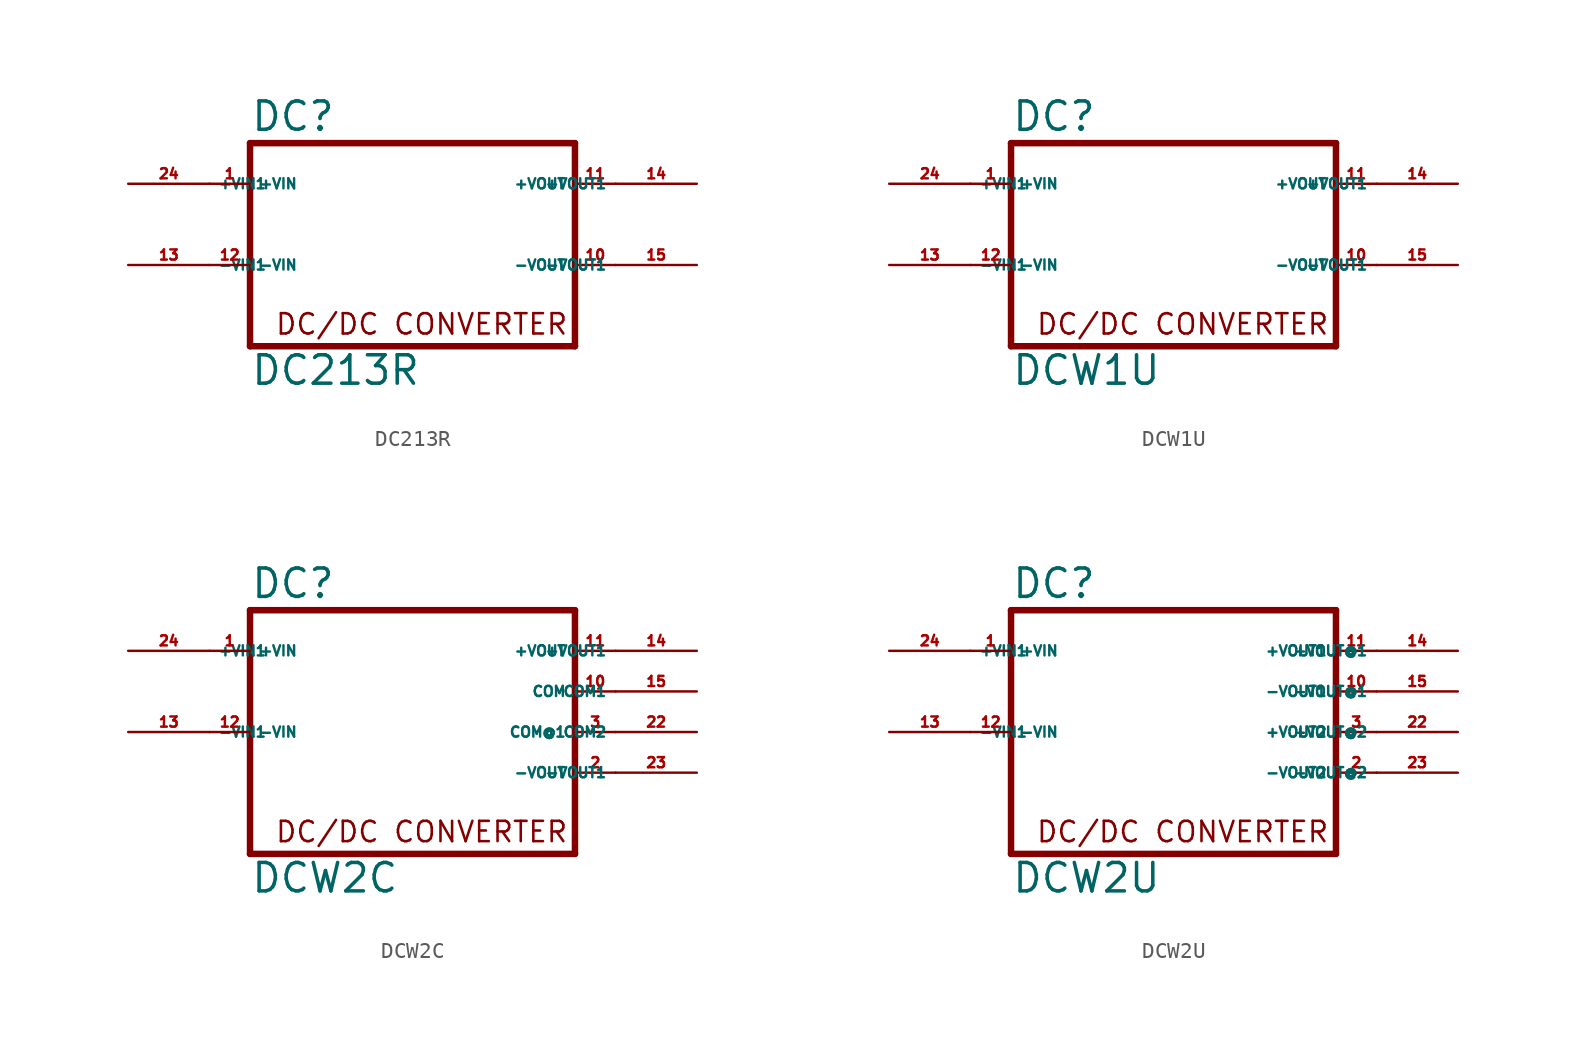
<source format=kicad_sym>
(kicad_symbol_lib
  (version 20220914)
  (generator Eagle2Kicad)
  (symbol "DC213R"
    (property "Reference" "DC"
      (at -10.16 5.715 0)
      (effects (font (size 1.778 1.778) (thickness 0.22)) (justify left bottom)))
    (property "Value" "DC213R"
      (at -10.16 -10.16 0)
      (effects (font (size 1.778 1.778) (thickness 0.22)) (justify left bottom)))
    (polyline
      (pts (xy -10.16 5.08) (xy 10.16 5.08))
      (stroke (width 0.406) (type default))
      (fill (type none)))
    (polyline
      (pts (xy 10.16 5.08) (xy 10.16 -7.62))
      (stroke (width 0.406) (type default))
      (fill (type none)))
    (polyline
      (pts (xy 10.16 -7.62) (xy -10.16 -7.62))
      (stroke (width 0.406) (type default))
      (fill (type none)))
    (polyline
      (pts (xy -10.16 -7.62) (xy -10.16 5.08))
      (stroke (width 0.406) (type default))
      (fill (type none)))
    (text "DC/DC CONVERTER"
      (at -8.636 -6.985 0)
      (effects (font (size 1.27 1.27) (thickness 0.16)) (justify left bottom)))
    (pin passive line
      (at -12.7 2.54 0)
      (length 2.54)
      (name "+VIN" (effects (font (size 0.635 0.635) (thickness 0.08)) (justify left bottom)))
      (number "1" (effects (font (size 0.635 0.635) (thickness 0.08)) (justify left bottom))))
    (pin passive line
      (at -12.7 -2.54 0)
      (length 2.54)
      (name "-VIN" (effects (font (size 0.635 0.635) (thickness 0.08)) (justify left bottom)))
      (number "12" (effects (font (size 0.635 0.635) (thickness 0.08)) (justify left bottom))))
    (pin passive line
      (at 12.7 2.54 180)
      (length 2.54)
      (name "+VOUT" (effects (font (size 0.635 0.635) (thickness 0.08)) (justify left bottom)))
      (number "11" (effects (font (size 0.635 0.635) (thickness 0.08)) (justify left bottom))))
    (pin passive line
      (at 12.7 -2.54 180)
      (length 2.54)
      (name "-VOUT" (effects (font (size 0.635 0.635) (thickness 0.08)) (justify left bottom)))
      (number "10" (effects (font (size 0.635 0.635) (thickness 0.08)) (justify left bottom))))
    (pin passive line
      (at 17.78 2.54 180)
      (length 5.08)
      (name "+VOUT1" (effects (font (size 0.635 0.635) (thickness 0.08)) (justify left bottom)))
      (number "14" (effects (font (size 0.635 0.635) (thickness 0.08)) (justify left bottom))))
    (pin passive line
      (at 17.78 -2.54 180)
      (length 5.08)
      (name "-VOUT1" (effects (font (size 0.635 0.635) (thickness 0.08)) (justify left bottom)))
      (number "15" (effects (font (size 0.635 0.635) (thickness 0.08)) (justify left bottom))))
    (pin passive line
      (at -17.78 -2.54 0)
      (length 5.08)
      (name "-VIN1" (effects (font (size 0.635 0.635) (thickness 0.08)) (justify left bottom)))
      (number "13" (effects (font (size 0.635 0.635) (thickness 0.08)) (justify left bottom))))
    (pin passive line
      (at -17.78 2.54 0)
      (length 5.08)
      (name "+VIN1" (effects (font (size 0.635 0.635) (thickness 0.08)) (justify left bottom)))
      (number "24" (effects (font (size 0.635 0.635) (thickness 0.08)) (justify left bottom)))))
  (symbol "DCW1U"
    (property "Reference" "DC"
      (at -10.16 5.715 0)
      (effects (font (size 1.778 1.778) (thickness 0.22)) (justify left bottom)))
    (property "Value" "DCW1U"
      (at -10.16 -10.16 0)
      (effects (font (size 1.778 1.778) (thickness 0.22)) (justify left bottom)))
    (polyline
      (pts (xy -10.16 5.08) (xy 10.16 5.08))
      (stroke (width 0.406) (type default))
      (fill (type none)))
    (polyline
      (pts (xy 10.16 5.08) (xy 10.16 -7.62))
      (stroke (width 0.406) (type default))
      (fill (type none)))
    (polyline
      (pts (xy 10.16 -7.62) (xy -10.16 -7.62))
      (stroke (width 0.406) (type default))
      (fill (type none)))
    (polyline
      (pts (xy -10.16 -7.62) (xy -10.16 5.08))
      (stroke (width 0.406) (type default))
      (fill (type none)))
    (text "DC/DC CONVERTER"
      (at -8.636 -6.985 0)
      (effects (font (size 1.27 1.27) (thickness 0.16)) (justify left bottom)))
    (pin passive line
      (at -12.7 2.54 0)
      (length 2.54)
      (name "+VIN" (effects (font (size 0.635 0.635) (thickness 0.08)) (justify left bottom)))
      (number "1" (effects (font (size 0.635 0.635) (thickness 0.08)) (justify left bottom))))
    (pin passive line
      (at -12.7 -2.54 0)
      (length 2.54)
      (name "-VIN" (effects (font (size 0.635 0.635) (thickness 0.08)) (justify left bottom)))
      (number "12" (effects (font (size 0.635 0.635) (thickness 0.08)) (justify left bottom))))
    (pin passive line
      (at 12.7 2.54 180)
      (length 2.54)
      (name "+VOUT" (effects (font (size 0.635 0.635) (thickness 0.08)) (justify left bottom)))
      (number "11" (effects (font (size 0.635 0.635) (thickness 0.08)) (justify left bottom))))
    (pin passive line
      (at 12.7 -2.54 180)
      (length 2.54)
      (name "-VOUT" (effects (font (size 0.635 0.635) (thickness 0.08)) (justify left bottom)))
      (number "10" (effects (font (size 0.635 0.635) (thickness 0.08)) (justify left bottom))))
    (pin passive line
      (at 17.78 2.54 180)
      (length 5.08)
      (name "+VOUT1" (effects (font (size 0.635 0.635) (thickness 0.08)) (justify left bottom)))
      (number "14" (effects (font (size 0.635 0.635) (thickness 0.08)) (justify left bottom))))
    (pin passive line
      (at 17.78 -2.54 180)
      (length 5.08)
      (name "-VOUT1" (effects (font (size 0.635 0.635) (thickness 0.08)) (justify left bottom)))
      (number "15" (effects (font (size 0.635 0.635) (thickness 0.08)) (justify left bottom))))
    (pin passive line
      (at -17.78 -2.54 0)
      (length 5.08)
      (name "-VIN1" (effects (font (size 0.635 0.635) (thickness 0.08)) (justify left bottom)))
      (number "13" (effects (font (size 0.635 0.635) (thickness 0.08)) (justify left bottom))))
    (pin passive line
      (at -17.78 2.54 0)
      (length 5.08)
      (name "+VIN1" (effects (font (size 0.635 0.635) (thickness 0.08)) (justify left bottom)))
      (number "24" (effects (font (size 0.635 0.635) (thickness 0.08)) (justify left bottom)))))
  (symbol "DCW2C"
    (property "Reference" "DC"
      (at -10.16 5.715 0)
      (effects (font (size 1.778 1.778) (thickness 0.22)) (justify left bottom)))
    (property "Value" "DCW2C"
      (at -10.16 -12.7 0)
      (effects (font (size 1.778 1.778) (thickness 0.22)) (justify left bottom)))
    (polyline
      (pts (xy -10.16 5.08) (xy 10.16 5.08))
      (stroke (width 0.406) (type default))
      (fill (type none)))
    (polyline
      (pts (xy 10.16 5.08) (xy 10.16 -10.16))
      (stroke (width 0.406) (type default))
      (fill (type none)))
    (polyline
      (pts (xy 10.16 -10.16) (xy -10.16 -10.16))
      (stroke (width 0.406) (type default))
      (fill (type none)))
    (polyline
      (pts (xy -10.16 -10.16) (xy -10.16 5.08))
      (stroke (width 0.406) (type default))
      (fill (type none)))
    (text "DC/DC CONVERTER"
      (at -8.636 -9.525 0)
      (effects (font (size 1.27 1.27) (thickness 0.16)) (justify left bottom)))
    (pin passive line
      (at -12.7 2.54 0)
      (length 2.54)
      (name "+VIN" (effects (font (size 0.635 0.635) (thickness 0.08)) (justify left bottom)))
      (number "1" (effects (font (size 0.635 0.635) (thickness 0.08)) (justify left bottom))))
    (pin passive line
      (at -12.7 -2.54 0)
      (length 2.54)
      (name "-VIN" (effects (font (size 0.635 0.635) (thickness 0.08)) (justify left bottom)))
      (number "12" (effects (font (size 0.635 0.635) (thickness 0.08)) (justify left bottom))))
    (pin passive line
      (at 12.7 2.54 180)
      (length 2.54)
      (name "+VOUT" (effects (font (size 0.635 0.635) (thickness 0.08)) (justify left bottom)))
      (number "11" (effects (font (size 0.635 0.635) (thickness 0.08)) (justify left bottom))))
    (pin passive line
      (at 12.7 -5.08 180)
      (length 2.54)
      (name "-VOUT" (effects (font (size 0.635 0.635) (thickness 0.08)) (justify left bottom)))
      (number "2" (effects (font (size 0.635 0.635) (thickness 0.08)) (justify left bottom))))
    (pin passive line
      (at 17.78 2.54 180)
      (length 5.08)
      (name "+VOUT1" (effects (font (size 0.635 0.635) (thickness 0.08)) (justify left bottom)))
      (number "14" (effects (font (size 0.635 0.635) (thickness 0.08)) (justify left bottom))))
    (pin passive line
      (at 17.78 -5.08 180)
      (length 5.08)
      (name "-VOUT1" (effects (font (size 0.635 0.635) (thickness 0.08)) (justify left bottom)))
      (number "23" (effects (font (size 0.635 0.635) (thickness 0.08)) (justify left bottom))))
    (pin passive line
      (at -17.78 -2.54 0)
      (length 5.08)
      (name "-VIN1" (effects (font (size 0.635 0.635) (thickness 0.08)) (justify left bottom)))
      (number "13" (effects (font (size 0.635 0.635) (thickness 0.08)) (justify left bottom))))
    (pin passive line
      (at -17.78 2.54 0)
      (length 5.08)
      (name "+VIN1" (effects (font (size 0.635 0.635) (thickness 0.08)) (justify left bottom)))
      (number "24" (effects (font (size 0.635 0.635) (thickness 0.08)) (justify left bottom))))
    (pin passive line
      (at 12.7 0 180)
      (length 2.54)
      (name "COM" (effects (font (size 0.635 0.635) (thickness 0.08)) (justify left bottom)))
      (number "10" (effects (font (size 0.635 0.635) (thickness 0.08)) (justify left bottom))))
    (pin passive line
      (at 17.78 0 180)
      (length 5.08)
      (name "COM1" (effects (font (size 0.635 0.635) (thickness 0.08)) (justify left bottom)))
      (number "15" (effects (font (size 0.635 0.635) (thickness 0.08)) (justify left bottom))))
    (pin passive line
      (at 12.7 -2.54 180)
      (length 2.54)
      (name "COM@1" (effects (font (size 0.635 0.635) (thickness 0.08)) (justify left bottom)))
      (number "3" (effects (font (size 0.635 0.635) (thickness 0.08)) (justify left bottom))))
    (pin passive line
      (at 17.78 -2.54 180)
      (length 5.08)
      (name "COM2" (effects (font (size 0.635 0.635) (thickness 0.08)) (justify left bottom)))
      (number "22" (effects (font (size 0.635 0.635) (thickness 0.08)) (justify left bottom)))))
  (symbol "DCW2U"
    (property "Reference" "DC"
      (at -10.16 5.715 0)
      (effects (font (size 1.778 1.778) (thickness 0.22)) (justify left bottom)))
    (property "Value" "DCW2U"
      (at -10.16 -12.7 0)
      (effects (font (size 1.778 1.778) (thickness 0.22)) (justify left bottom)))
    (polyline
      (pts (xy -10.16 5.08) (xy 10.16 5.08))
      (stroke (width 0.406) (type default))
      (fill (type none)))
    (polyline
      (pts (xy 10.16 5.08) (xy 10.16 -10.16))
      (stroke (width 0.406) (type default))
      (fill (type none)))
    (polyline
      (pts (xy 10.16 -10.16) (xy -10.16 -10.16))
      (stroke (width 0.406) (type default))
      (fill (type none)))
    (polyline
      (pts (xy -10.16 -10.16) (xy -10.16 5.08))
      (stroke (width 0.406) (type default))
      (fill (type none)))
    (text "DC/DC CONVERTER"
      (at -8.636 -9.525 0)
      (effects (font (size 1.27 1.27) (thickness 0.16)) (justify left bottom)))
    (pin passive line
      (at -12.7 2.54 0)
      (length 2.54)
      (name "+VIN" (effects (font (size 0.635 0.635) (thickness 0.08)) (justify left bottom)))
      (number "1" (effects (font (size 0.635 0.635) (thickness 0.08)) (justify left bottom))))
    (pin passive line
      (at -12.7 -2.54 0)
      (length 2.54)
      (name "-VIN" (effects (font (size 0.635 0.635) (thickness 0.08)) (justify left bottom)))
      (number "12" (effects (font (size 0.635 0.635) (thickness 0.08)) (justify left bottom))))
    (pin passive line
      (at 12.7 2.54 180)
      (length 2.54)
      (name "+VOUT1" (effects (font (size 0.635 0.635) (thickness 0.08)) (justify left bottom)))
      (number "11" (effects (font (size 0.635 0.635) (thickness 0.08)) (justify left bottom))))
    (pin passive line
      (at 12.7 -5.08 180)
      (length 2.54)
      (name "-VOUT2" (effects (font (size 0.635 0.635) (thickness 0.08)) (justify left bottom)))
      (number "2" (effects (font (size 0.635 0.635) (thickness 0.08)) (justify left bottom))))
    (pin passive line
      (at 17.78 2.54 180)
      (length 5.08)
      (name "+VOUT@1" (effects (font (size 0.635 0.635) (thickness 0.08)) (justify left bottom)))
      (number "14" (effects (font (size 0.635 0.635) (thickness 0.08)) (justify left bottom))))
    (pin passive line
      (at 17.78 -5.08 180)
      (length 5.08)
      (name "-VOUT@2" (effects (font (size 0.635 0.635) (thickness 0.08)) (justify left bottom)))
      (number "23" (effects (font (size 0.635 0.635) (thickness 0.08)) (justify left bottom))))
    (pin passive line
      (at -17.78 -2.54 0)
      (length 5.08)
      (name "-VIN1" (effects (font (size 0.635 0.635) (thickness 0.08)) (justify left bottom)))
      (number "13" (effects (font (size 0.635 0.635) (thickness 0.08)) (justify left bottom))))
    (pin passive line
      (at -17.78 2.54 0)
      (length 5.08)
      (name "+VIN1" (effects (font (size 0.635 0.635) (thickness 0.08)) (justify left bottom)))
      (number "24" (effects (font (size 0.635 0.635) (thickness 0.08)) (justify left bottom))))
    (pin passive line
      (at 12.7 0 180)
      (length 2.54)
      (name "-VOUT1" (effects (font (size 0.635 0.635) (thickness 0.08)) (justify left bottom)))
      (number "10" (effects (font (size 0.635 0.635) (thickness 0.08)) (justify left bottom))))
    (pin passive line
      (at 17.78 0 180)
      (length 5.08)
      (name "-VOUT@1" (effects (font (size 0.635 0.635) (thickness 0.08)) (justify left bottom)))
      (number "15" (effects (font (size 0.635 0.635) (thickness 0.08)) (justify left bottom))))
    (pin passive line
      (at 12.7 -2.54 180)
      (length 2.54)
      (name "+VOUT2" (effects (font (size 0.635 0.635) (thickness 0.08)) (justify left bottom)))
      (number "3" (effects (font (size 0.635 0.635) (thickness 0.08)) (justify left bottom))))
    (pin passive line
      (at 17.78 -2.54 180)
      (length 5.08)
      (name "+VOUT@2" (effects (font (size 0.635 0.635) (thickness 0.08)) (justify left bottom)))
      (number "22" (effects (font (size 0.635 0.635) (thickness 0.08)) (justify left bottom))))))
</source>
